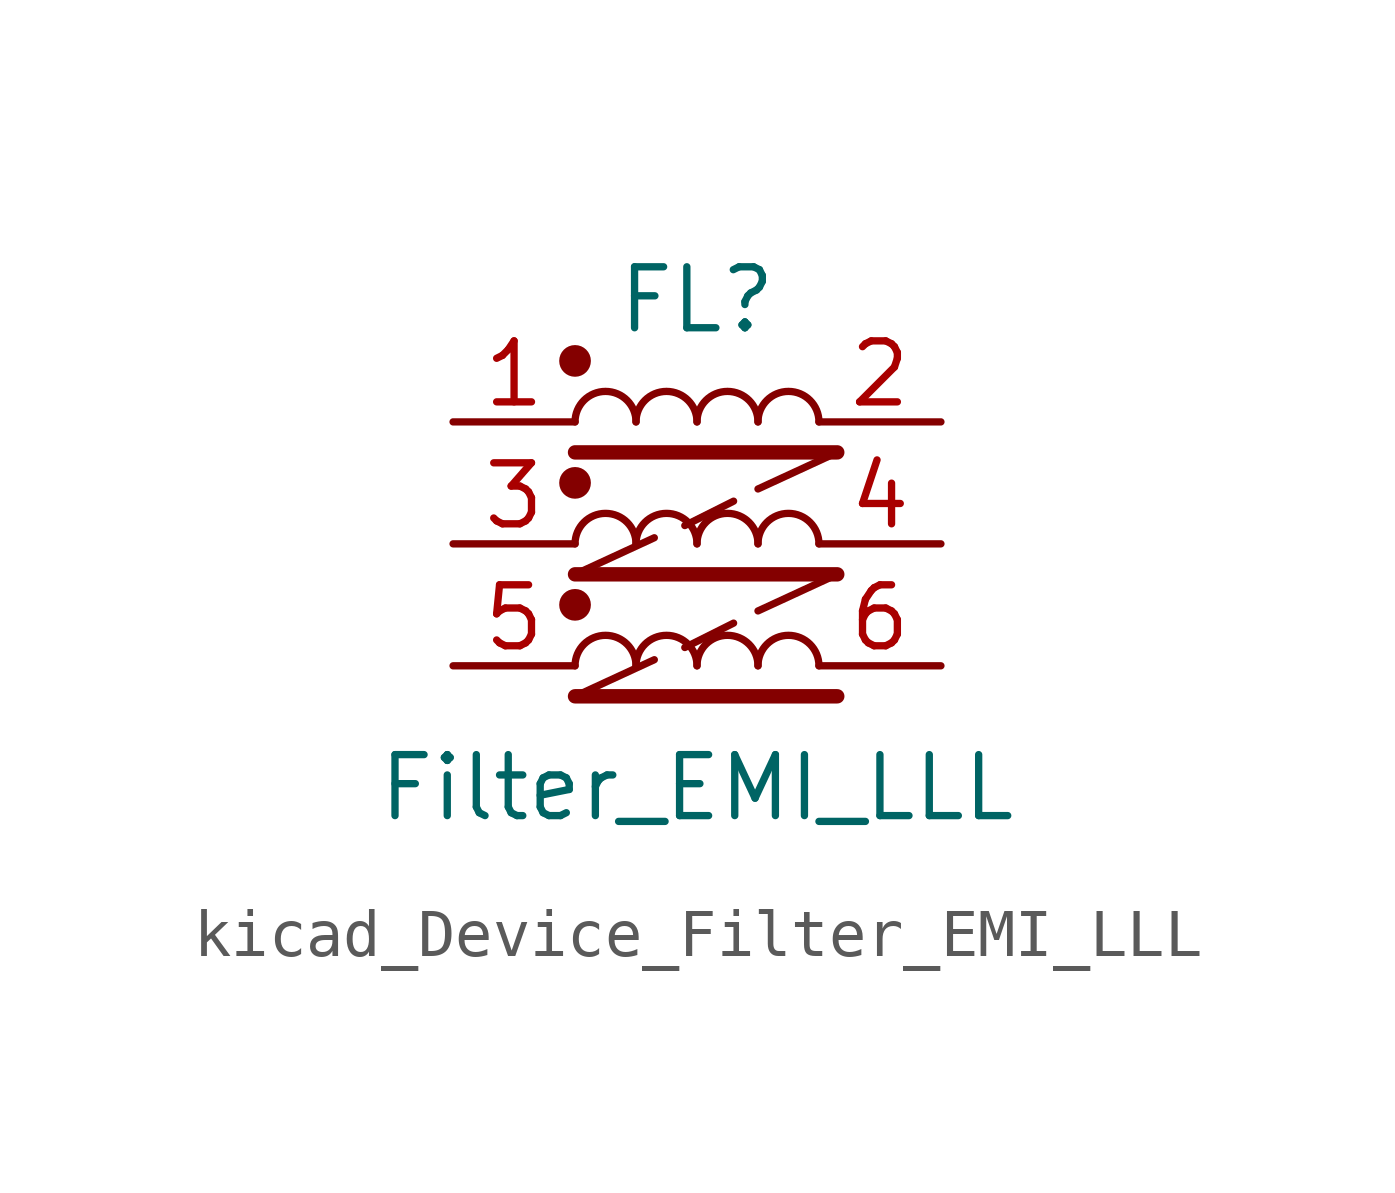
<source format=kicad_sym>
(kicad_symbol_lib
  (version 20220914)
  (generator kicad_symbol_editor)
  (symbol "kicad_Device_Filter_EMI_LLL"
    (pin_names hide)
    (property "Reference" "FL"
      (at 0 5.08 0)
      (effects (font (size 1.27 1.27))))
    (property "Value" "Filter_EMI_LLL"
      (at 0 -5.08 0)
      (effects (font (size 1.27 1.27))))
    (symbol "kicad_Device_Filter_EMI_LLL_0_1"
      (circle (center -2.54 -1.27) (radius 0.254) (stroke (width 0) (type default)) (fill (type outline)))
      (circle (center -2.54 1.27) (radius 0.254) (stroke (width 0) (type default)) (fill (type outline)))
      (circle (center -2.54 3.81) (radius 0.254) (stroke (width 0) (type default)) (fill (type outline)))
      (arc (start -1.27 -2.54) (mid -1.905 -1.9077) (end -2.54 -2.54) (stroke (width 0) (type default)) (fill (type none)))
      (arc (start -1.27 0) (mid -1.905 0.6323) (end -2.54 0) (stroke (width 0) (type default)) (fill (type none)))
      (arc (start -1.27 2.54) (mid -1.905 3.1723) (end -2.54 2.54) (stroke (width 0) (type default)) (fill (type none)))
      (arc (start 0 -2.54) (mid -0.635 -1.9077) (end -1.27 -2.54) (stroke (width 0) (type default)) (fill (type none)))
      (arc (start 0 0) (mid -0.635 0.6323) (end -1.27 0) (stroke (width 0) (type default)) (fill (type none)))
      (polyline (pts (xy -2.54 -3.175) (xy 2.921 -3.175)) (stroke (width 0.3) (type default)) (fill (type none)))
      (polyline (pts (xy -2.54 -0.635) (xy 2.921 -0.635)) (stroke (width 0.3) (type default)) (fill (type none)))
      (polyline (pts (xy -2.54 1.905) (xy 2.921 1.905)) (stroke (width 0.3) (type default)) (fill (type none)))
      (polyline (pts (xy -0.889 -2.413) (xy -2.54 -3.175)) (stroke (width 0.152) (type default)) (fill (type none)))
      (polyline (pts (xy -0.889 0.127) (xy -2.54 -0.635)) (stroke (width 0.152) (type default)) (fill (type none)))
      (polyline (pts (xy 0.762 -1.651) (xy -0.254 -2.159)) (stroke (width 0.152) (type default)) (fill (type none)))
      (polyline (pts (xy 0.762 0.889) (xy -0.254 0.381)) (stroke (width 0.152) (type default)) (fill (type none)))
      (polyline (pts (xy 2.921 -0.635) (xy 1.27 -1.397)) (stroke (width 0.152) (type default)) (fill (type none)))
      (polyline (pts (xy 2.921 1.905) (xy 1.27 1.143)) (stroke (width 0.152) (type default)) (fill (type none)))
      (arc (start 0 2.54) (mid -0.635 3.1723) (end -1.27 2.54) (stroke (width 0) (type default)) (fill (type none)))
      (arc (start 1.27 -2.54) (mid 0.635 -1.9077) (end 0 -2.54) (stroke (width 0) (type default)) (fill (type none)))
      (arc (start 1.27 0) (mid 0.635 0.6323) (end 0 0) (stroke (width 0) (type default)) (fill (type none)))
      (arc (start 1.27 2.54) (mid 0.635 3.1723) (end 0 2.54) (stroke (width 0) (type default)) (fill (type none)))
      (arc (start 2.54 -2.54) (mid 1.905 -1.9077) (end 1.27 -2.54) (stroke (width 0) (type default)) (fill (type none)))
      (arc (start 2.54 0) (mid 1.905 0.6323) (end 1.27 0) (stroke (width 0) (type default)) (fill (type none)))
      (arc (start 2.54 2.54) (mid 1.905 3.1723) (end 1.27 2.54) (stroke (width 0) (type default)) (fill (type none))))
    (symbol "kicad_Device_Filter_EMI_LLL_1_1"
      (pin passive line (at -5.08 2.54 0) (length 2.54) (name "1" (effects (font (size 1.27 1.27)))) (number "1" (effects (font (size 1.27 1.27)))))
      (pin passive line (at 5.08 2.54 180) (length 2.54) (name "2" (effects (font (size 1.27 1.27)))) (number "2" (effects (font (size 1.27 1.27)))))
      (pin passive line (at -5.08 0 0) (length 2.54) (name "3" (effects (font (size 1.27 1.27)))) (number "3" (effects (font (size 1.27 1.27)))))
      (pin passive line (at 5.08 0 180) (length 2.54) (name "4" (effects (font (size 1.27 1.27)))) (number "4" (effects (font (size 1.27 1.27)))))
      (pin passive line (at -5.08 -2.54 0) (length 2.54) (name "5" (effects (font (size 1.27 1.27)))) (number "5" (effects (font (size 1.27 1.27)))))
      (pin passive line (at 5.08 -2.54 180) (length 2.54) (name "6" (effects (font (size 1.27 1.27)))) (number "6" (effects (font (size 1.27 1.27))))))))
</source>
